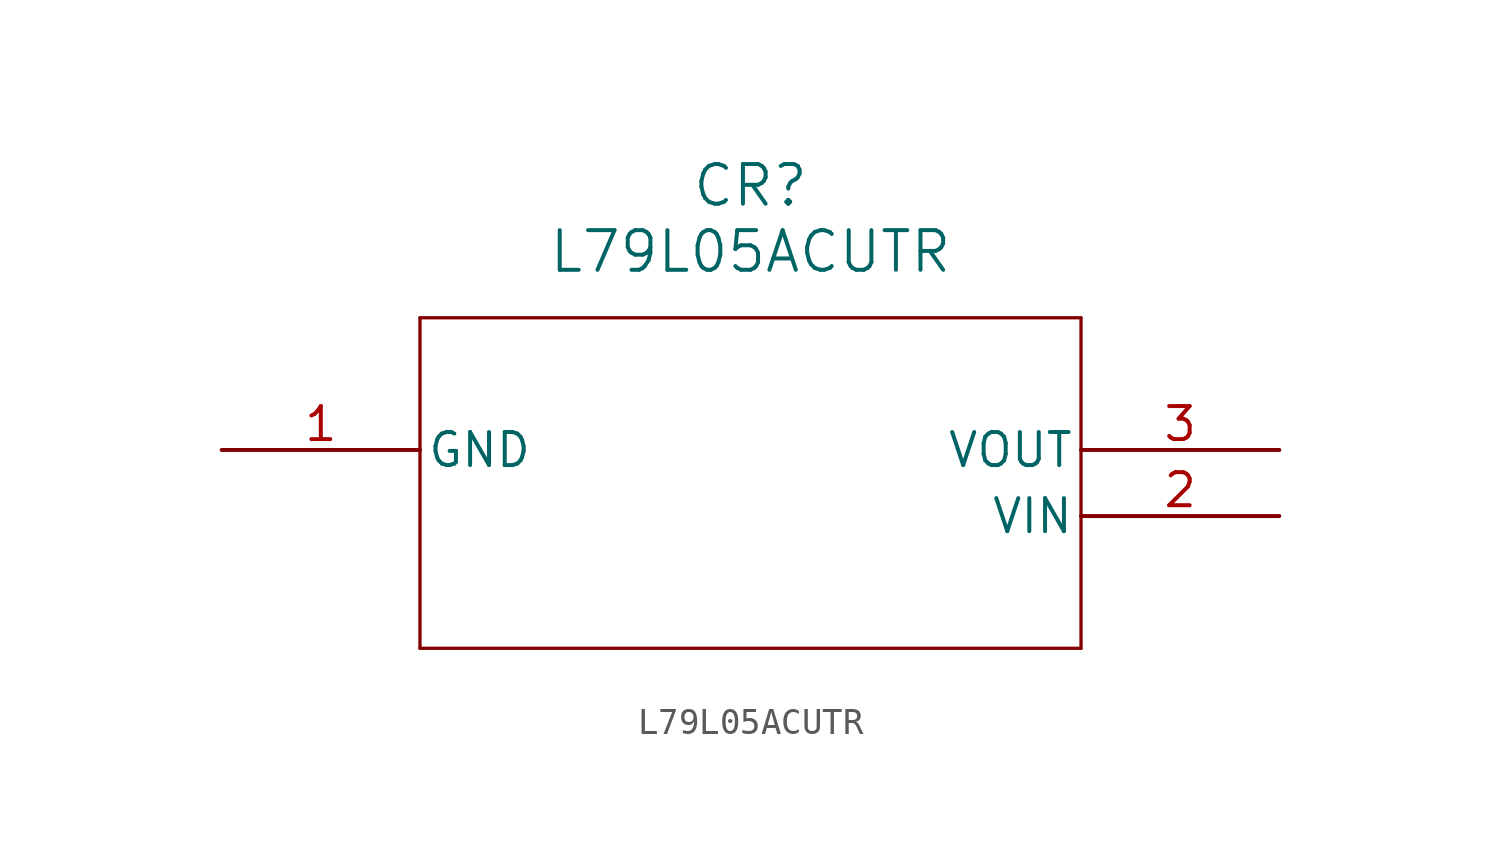
<source format=kicad_sym>
(kicad_symbol_lib
  (version 20211014)
  (generator kicad_symbol_editor)
  (symbol "L79L05ACUTR"
    (pin_names
      (offset 0.254))
    (property "Reference" "CR"
      (at 20.32 10.16 0)
      (effects (font (size 1.524 1.524))))
    (property "Value" "L79L05ACUTR"
      (at 20.32 7.62 0)
      (effects (font (size 1.524 1.524))))
    (symbol "L79L05ACUTR_0_1"
      (polyline (pts (xy 7.62 5.08) (xy 7.62 -7.62)) (stroke (width 0.127) (type default) (color 0 0 0 0)) (fill (type none)))
      (polyline (pts (xy 7.62 -7.62) (xy 33.02 -7.62)) (stroke (width 0.127) (type default) (color 0 0 0 0)) (fill (type none)))
      (polyline (pts (xy 33.02 -7.62) (xy 33.02 5.08)) (stroke (width 0.127) (type default) (color 0 0 0 0)) (fill (type none)))
      (polyline (pts (xy 33.02 5.08) (xy 7.62 5.08)) (stroke (width 0.127) (type default) (color 0 0 0 0)) (fill (type none)))
      (pin power_out line (at 0 0 0) (length 7.62) (name "GND" (effects (font (size 1.27 1.27)))) (number "1" (effects (font (size 1.27 1.27)))))
      (pin input line (at 40.64 -2.54 180) (length 7.62) (name "VIN" (effects (font (size 1.27 1.27)))) (number "2" (effects (font (size 1.27 1.27)))))
      (pin output line (at 40.64 0 180) (length 7.62) (name "VOUT" (effects (font (size 1.27 1.27)))) (number "3" (effects (font (size 1.27 1.27))))))))
</source>
